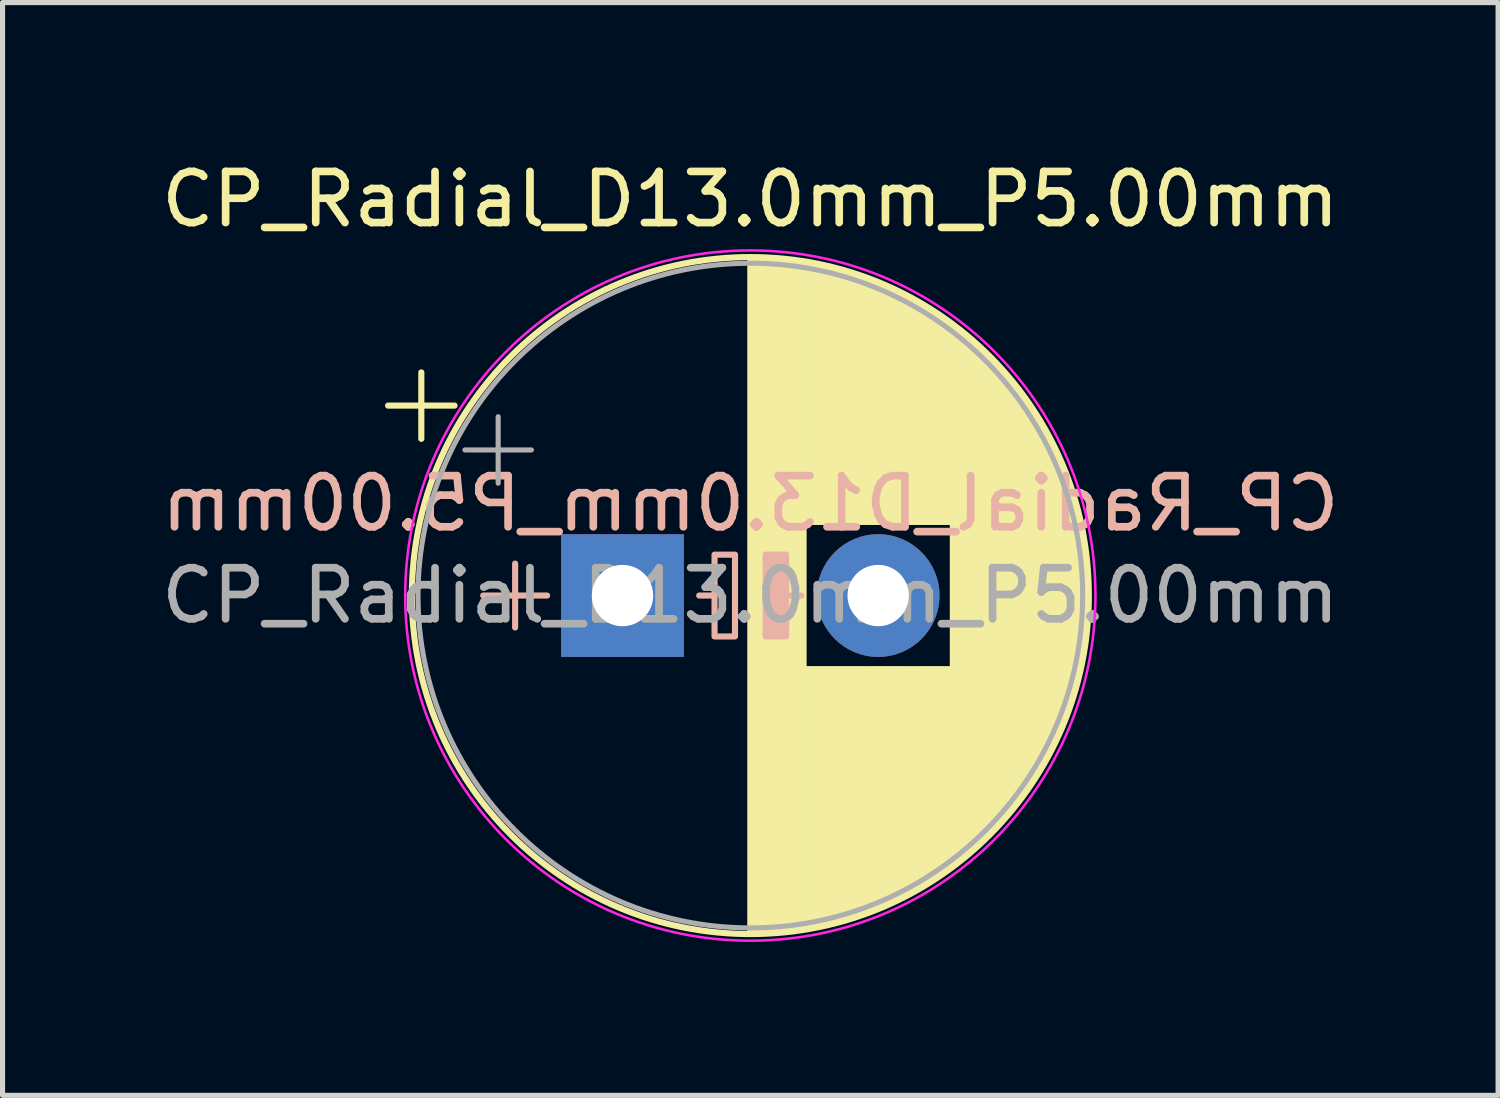
<source format=kicad_pcb>
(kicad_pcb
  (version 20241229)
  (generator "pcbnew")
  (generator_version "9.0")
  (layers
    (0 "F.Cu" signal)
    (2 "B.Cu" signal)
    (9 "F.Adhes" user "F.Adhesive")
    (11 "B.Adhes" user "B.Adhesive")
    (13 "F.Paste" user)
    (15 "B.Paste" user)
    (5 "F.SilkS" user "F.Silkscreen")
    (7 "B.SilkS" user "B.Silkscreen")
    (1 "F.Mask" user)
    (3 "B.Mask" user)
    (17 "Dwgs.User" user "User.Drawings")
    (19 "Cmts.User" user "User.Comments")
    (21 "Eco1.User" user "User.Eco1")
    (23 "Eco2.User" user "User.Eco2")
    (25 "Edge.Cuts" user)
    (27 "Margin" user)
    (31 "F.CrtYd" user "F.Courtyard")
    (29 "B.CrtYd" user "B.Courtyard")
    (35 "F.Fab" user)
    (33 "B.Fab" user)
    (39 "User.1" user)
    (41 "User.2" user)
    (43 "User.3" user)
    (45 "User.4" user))
  (footprint "CP_Radial_D13.0mm_P5.00mm"
    (layer "F.Cu")
    (at 9.125 8.598)
    (property "Reference" "CP_Radial_D13.0mm_P5.00mm" (at 2.5 -7.75 0) (layer "F.SilkS") (effects (font (size 1 1) (thickness 0.15))))
    (fp_line (start -4.585 -3.715) (end -3.285 -3.715) (stroke (width 0.12) (type solid)) (layer "F.SilkS"))
    (fp_line (start -3.935 -4.365) (end -3.935 -3.065) (stroke (width 0.12) (type solid)) (layer "F.SilkS"))
    (fp_line (start 2.5 -6.58) (end 2.5 6.58) (stroke (width 0.12) (type solid)) (layer "F.SilkS"))
    (fp_line (start 2.54 -6.58) (end 2.54 6.58) (stroke (width 0.12) (type solid)) (layer "F.SilkS"))
    (fp_line (start 2.58 -6.58) (end 2.58 6.58) (stroke (width 0.12) (type solid)) (layer "F.SilkS"))
    (fp_line (start 2.62 -6.579) (end 2.62 6.579) (stroke (width 0.12) (type solid)) (layer "F.SilkS"))
    (fp_line (start 2.66 -6.579) (end 2.66 6.579) (stroke (width 0.12) (type solid)) (layer "F.SilkS"))
    (fp_line (start 2.7 -6.577) (end 2.7 6.577) (stroke (width 0.12) (type solid)) (layer "F.SilkS"))
    (fp_line (start 2.74 -6.576) (end 2.74 6.576) (stroke (width 0.12) (type solid)) (layer "F.SilkS"))
    (fp_line (start 2.78 -6.575) (end 2.78 6.575) (stroke (width 0.12) (type solid)) (layer "F.SilkS"))
    (fp_line (start 2.82 -6.573) (end 2.82 6.573) (stroke (width 0.12) (type solid)) (layer "F.SilkS"))
    (fp_line (start 2.86 -6.571) (end 2.86 6.571) (stroke (width 0.12) (type solid)) (layer "F.SilkS"))
    (fp_line (start 2.9 -6.568) (end 2.9 6.568) (stroke (width 0.12) (type solid)) (layer "F.SilkS"))
    (fp_line (start 2.94 -6.566) (end 2.94 6.566) (stroke (width 0.12) (type solid)) (layer "F.SilkS"))
    (fp_line (start 2.98 -6.563) (end 2.98 6.563) (stroke (width 0.12) (type solid)) (layer "F.SilkS"))
    (fp_line (start 3.02 -6.56) (end 3.02 6.56) (stroke (width 0.12) (type solid)) (layer "F.SilkS"))
    (fp_line (start 3.06 -6.557) (end 3.06 6.557) (stroke (width 0.12) (type solid)) (layer "F.SilkS"))
    (fp_line (start 3.1 -6.553) (end 3.1 6.553) (stroke (width 0.12) (type solid)) (layer "F.SilkS"))
    (fp_line (start 3.14 -6.549) (end 3.14 6.549) (stroke (width 0.12) (type solid)) (layer "F.SilkS"))
    (fp_line (start 3.18 -6.545) (end 3.18 6.545) (stroke (width 0.12) (type solid)) (layer "F.SilkS"))
    (fp_line (start 3.221 -6.541) (end 3.221 6.541) (stroke (width 0.12) (type solid)) (layer "F.SilkS"))
    (fp_line (start 3.261 -6.537) (end 3.261 6.537) (stroke (width 0.12) (type solid)) (layer "F.SilkS"))
    (fp_line (start 3.301 -6.532) (end 3.301 6.532) (stroke (width 0.12) (type solid)) (layer "F.SilkS"))
    (fp_line (start 3.341 -6.527) (end 3.341 6.527) (stroke (width 0.12) (type solid)) (layer "F.SilkS"))
    (fp_line (start 3.381 -6.522) (end 3.381 6.522) (stroke (width 0.12) (type solid)) (layer "F.SilkS"))
    (fp_line (start 3.421 -6.516) (end 3.421 6.516) (stroke (width 0.12) (type solid)) (layer "F.SilkS"))
    (fp_line (start 3.461 -6.511) (end 3.461 6.511) (stroke (width 0.12) (type solid)) (layer "F.SilkS"))
    (fp_line (start 3.501 -6.505) (end 3.501 6.505) (stroke (width 0.12) (type solid)) (layer "F.SilkS"))
    (fp_line (start 3.541 -6.498) (end 3.541 6.498) (stroke (width 0.12) (type solid)) (layer "F.SilkS"))
    (fp_line (start 3.581 -6.492) (end 3.581 -1.44) (stroke (width 0.12) (type solid)) (layer "F.SilkS"))
    (fp_line (start 3.581 1.44) (end 3.581 6.492) (stroke (width 0.12) (type solid)) (layer "F.SilkS"))
    (fp_line (start 3.621 -6.485) (end 3.621 -1.44) (stroke (width 0.12) (type solid)) (layer "F.SilkS"))
    (fp_line (start 3.621 1.44) (end 3.621 6.485) (stroke (width 0.12) (type solid)) (layer "F.SilkS"))
    (fp_line (start 3.661 -6.478) (end 3.661 -1.44) (stroke (width 0.12) (type solid)) (layer "F.SilkS"))
    (fp_line (start 3.661 1.44) (end 3.661 6.478) (stroke (width 0.12) (type solid)) (layer "F.SilkS"))
    (fp_line (start 3.701 -6.471) (end 3.701 -1.44) (stroke (width 0.12) (type solid)) (layer "F.SilkS"))
    (fp_line (start 3.701 1.44) (end 3.701 6.471) (stroke (width 0.12) (type solid)) (layer "F.SilkS"))
    (fp_line (start 3.741 -6.463) (end 3.741 -1.44) (stroke (width 0.12) (type solid)) (layer "F.SilkS"))
    (fp_line (start 3.741 1.44) (end 3.741 6.463) (stroke (width 0.12) (type solid)) (layer "F.SilkS"))
    (fp_line (start 3.781 -6.456) (end 3.781 -1.44) (stroke (width 0.12) (type solid)) (layer "F.SilkS"))
    (fp_line (start 3.781 1.44) (end 3.781 6.456) (stroke (width 0.12) (type solid)) (layer "F.SilkS"))
    (fp_line (start 3.821 -6.448) (end 3.821 -1.44) (stroke (width 0.12) (type solid)) (layer "F.SilkS"))
    (fp_line (start 3.821 1.44) (end 3.821 6.448) (stroke (width 0.12) (type solid)) (layer "F.SilkS"))
    (fp_line (start 3.861 -6.439) (end 3.861 -1.44) (stroke (width 0.12) (type solid)) (layer "F.SilkS"))
    (fp_line (start 3.861 1.44) (end 3.861 6.439) (stroke (width 0.12) (type solid)) (layer "F.SilkS"))
    (fp_line (start 3.901 -6.431) (end 3.901 -1.44) (stroke (width 0.12) (type solid)) (layer "F.SilkS"))
    (fp_line (start 3.901 1.44) (end 3.901 6.431) (stroke (width 0.12) (type solid)) (layer "F.SilkS"))
    (fp_line (start 3.941 -6.422) (end 3.941 -1.44) (stroke (width 0.12) (type solid)) (layer "F.SilkS"))
    (fp_line (start 3.941 1.44) (end 3.941 6.422) (stroke (width 0.12) (type solid)) (layer "F.SilkS"))
    (fp_line (start 3.981 -6.413) (end 3.981 -1.44) (stroke (width 0.12) (type solid)) (layer "F.SilkS"))
    (fp_line (start 3.981 1.44) (end 3.981 6.413) (stroke (width 0.12) (type solid)) (layer "F.SilkS"))
    (fp_line (start 4.021 -6.404) (end 4.021 -1.44) (stroke (width 0.12) (type solid)) (layer "F.SilkS"))
    (fp_line (start 4.021 1.44) (end 4.021 6.404) (stroke (width 0.12) (type solid)) (layer "F.SilkS"))
    (fp_line (start 4.061 -6.394) (end 4.061 -1.44) (stroke (width 0.12) (type solid)) (layer "F.SilkS"))
    (fp_line (start 4.061 1.44) (end 4.061 6.394) (stroke (width 0.12) (type solid)) (layer "F.SilkS"))
    (fp_line (start 4.101 -6.384) (end 4.101 -1.44) (stroke (width 0.12) (type solid)) (layer "F.SilkS"))
    (fp_line (start 4.101 1.44) (end 4.101 6.384) (stroke (width 0.12) (type solid)) (layer "F.SilkS"))
    (fp_line (start 4.141 -6.374) (end 4.141 -1.44) (stroke (width 0.12) (type solid)) (layer "F.SilkS"))
    (fp_line (start 4.141 1.44) (end 4.141 6.374) (stroke (width 0.12) (type solid)) (layer "F.SilkS"))
    (fp_line (start 4.181 -6.364) (end 4.181 -1.44) (stroke (width 0.12) (type solid)) (layer "F.SilkS"))
    (fp_line (start 4.181 1.44) (end 4.181 6.364) (stroke (width 0.12) (type solid)) (layer "F.SilkS"))
    (fp_line (start 4.221 -6.353) (end 4.221 -1.44) (stroke (width 0.12) (type solid)) (layer "F.SilkS"))
    (fp_line (start 4.221 1.44) (end 4.221 6.353) (stroke (width 0.12) (type solid)) (layer "F.SilkS"))
    (fp_line (start 4.261 -6.342) (end 4.261 -1.44) (stroke (width 0.12) (type solid)) (layer "F.SilkS"))
    (fp_line (start 4.261 1.44) (end 4.261 6.342) (stroke (width 0.12) (type solid)) (layer "F.SilkS"))
    (fp_line (start 4.301 -6.331) (end 4.301 -1.44) (stroke (width 0.12) (type solid)) (layer "F.SilkS"))
    (fp_line (start 4.301 1.44) (end 4.301 6.331) (stroke (width 0.12) (type solid)) (layer "F.SilkS"))
    (fp_line (start 4.341 -6.32) (end 4.341 -1.44) (stroke (width 0.12) (type solid)) (layer "F.SilkS"))
    (fp_line (start 4.341 1.44) (end 4.341 6.32) (stroke (width 0.12) (type solid)) (layer "F.SilkS"))
    (fp_line (start 4.381 -6.308) (end 4.381 -1.44) (stroke (width 0.12) (type solid)) (layer "F.SilkS"))
    (fp_line (start 4.381 1.44) (end 4.381 6.308) (stroke (width 0.12) (type solid)) (layer "F.SilkS"))
    (fp_line (start 4.421 -6.296) (end 4.421 -1.44) (stroke (width 0.12) (type solid)) (layer "F.SilkS"))
    (fp_line (start 4.421 1.44) (end 4.421 6.296) (stroke (width 0.12) (type solid)) (layer "F.SilkS"))
    (fp_line (start 4.461 -6.284) (end 4.461 -1.44) (stroke (width 0.12) (type solid)) (layer "F.SilkS"))
    (fp_line (start 4.461 1.44) (end 4.461 6.284) (stroke (width 0.12) (type solid)) (layer "F.SilkS"))
    (fp_line (start 4.501 -6.271) (end 4.501 -1.44) (stroke (width 0.12) (type solid)) (layer "F.SilkS"))
    (fp_line (start 4.501 1.44) (end 4.501 6.271) (stroke (width 0.12) (type solid)) (layer "F.SilkS"))
    (fp_line (start 4.541 -6.258) (end 4.541 -1.44) (stroke (width 0.12) (type solid)) (layer "F.SilkS"))
    (fp_line (start 4.541 1.44) (end 4.541 6.258) (stroke (width 0.12) (type solid)) (layer "F.SilkS"))
    (fp_line (start 4.581 -6.245) (end 4.581 -1.44) (stroke (width 0.12) (type solid)) (layer "F.SilkS"))
    (fp_line (start 4.581 1.44) (end 4.581 6.245) (stroke (width 0.12) (type solid)) (layer "F.SilkS"))
    (fp_line (start 4.621 -6.232) (end 4.621 -1.44) (stroke (width 0.12) (type solid)) (layer "F.SilkS"))
    (fp_line (start 4.621 1.44) (end 4.621 6.232) (stroke (width 0.12) (type solid)) (layer "F.SilkS"))
    (fp_line (start 4.661 -6.218) (end 4.661 -1.44) (stroke (width 0.12) (type solid)) (layer "F.SilkS"))
    (fp_line (start 4.661 1.44) (end 4.661 6.218) (stroke (width 0.12) (type solid)) (layer "F.SilkS"))
    (fp_line (start 4.701 -6.204) (end 4.701 -1.44) (stroke (width 0.12) (type solid)) (layer "F.SilkS"))
    (fp_line (start 4.701 1.44) (end 4.701 6.204) (stroke (width 0.12) (type solid)) (layer "F.SilkS"))
    (fp_line (start 4.741 -6.19) (end 4.741 -1.44) (stroke (width 0.12) (type solid)) (layer "F.SilkS"))
    (fp_line (start 4.741 1.44) (end 4.741 6.19) (stroke (width 0.12) (type solid)) (layer "F.SilkS"))
    (fp_line (start 4.781 -6.175) (end 4.781 -1.44) (stroke (width 0.12) (type solid)) (layer "F.SilkS"))
    (fp_line (start 4.781 1.44) (end 4.781 6.175) (stroke (width 0.12) (type solid)) (layer "F.SilkS"))
    (fp_line (start 4.821 -6.161) (end 4.821 -1.44) (stroke (width 0.12) (type solid)) (layer "F.SilkS"))
    (fp_line (start 4.821 1.44) (end 4.821 6.161) (stroke (width 0.12) (type solid)) (layer "F.SilkS"))
    (fp_line (start 4.861 -6.146) (end 4.861 -1.44) (stroke (width 0.12) (type solid)) (layer "F.SilkS"))
    (fp_line (start 4.861 1.44) (end 4.861 6.146) (stroke (width 0.12) (type solid)) (layer "F.SilkS"))
    (fp_line (start 4.901 -6.13) (end 4.901 -1.44) (stroke (width 0.12) (type solid)) (layer "F.SilkS"))
    (fp_line (start 4.901 1.44) (end 4.901 6.13) (stroke (width 0.12) (type solid)) (layer "F.SilkS"))
    (fp_line (start 4.941 -6.114) (end 4.941 -1.44) (stroke (width 0.12) (type solid)) (layer "F.SilkS"))
    (fp_line (start 4.941 1.44) (end 4.941 6.114) (stroke (width 0.12) (type solid)) (layer "F.SilkS"))
    (fp_line (start 4.981 -6.098) (end 4.981 -1.44) (stroke (width 0.12) (type solid)) (layer "F.SilkS"))
    (fp_line (start 4.981 1.44) (end 4.981 6.098) (stroke (width 0.12) (type solid)) (layer "F.SilkS"))
    (fp_line (start 5.021 -6.082) (end 5.021 -1.44) (stroke (width 0.12) (type solid)) (layer "F.SilkS"))
    (fp_line (start 5.021 1.44) (end 5.021 6.082) (stroke (width 0.12) (type solid)) (layer "F.SilkS"))
    (fp_line (start 5.061 -6.065) (end 5.061 -1.44) (stroke (width 0.12) (type solid)) (layer "F.SilkS"))
    (fp_line (start 5.061 1.44) (end 5.061 6.065) (stroke (width 0.12) (type solid)) (layer "F.SilkS"))
    (fp_line (start 5.101 -6.049) (end 5.101 -1.44) (stroke (width 0.12) (type solid)) (layer "F.SilkS"))
    (fp_line (start 5.101 1.44) (end 5.101 6.049) (stroke (width 0.12) (type solid)) (layer "F.SilkS"))
    (fp_line (start 5.141 -6.031) (end 5.141 -1.44) (stroke (width 0.12) (type solid)) (layer "F.SilkS"))
    (fp_line (start 5.141 1.44) (end 5.141 6.031) (stroke (width 0.12) (type solid)) (layer "F.SilkS"))
    (fp_line (start 5.181 -6.014) (end 5.181 -1.44) (stroke (width 0.12) (type solid)) (layer "F.SilkS"))
    (fp_line (start 5.181 1.44) (end 5.181 6.014) (stroke (width 0.12) (type solid)) (layer "F.SilkS"))
    (fp_line (start 5.221 -5.996) (end 5.221 -1.44) (stroke (width 0.12) (type solid)) (layer "F.SilkS"))
    (fp_line (start 5.221 1.44) (end 5.221 5.996) (stroke (width 0.12) (type solid)) (layer "F.SilkS"))
    (fp_line (start 5.261 -5.978) (end 5.261 -1.44) (stroke (width 0.12) (type solid)) (layer "F.SilkS"))
    (fp_line (start 5.261 1.44) (end 5.261 5.978) (stroke (width 0.12) (type solid)) (layer "F.SilkS"))
    (fp_line (start 5.301 -5.959) (end 5.301 -1.44) (stroke (width 0.12) (type solid)) (layer "F.SilkS"))
    (fp_line (start 5.301 1.44) (end 5.301 5.959) (stroke (width 0.12) (type solid)) (layer "F.SilkS"))
    (fp_line (start 5.341 -5.94) (end 5.341 -1.44) (stroke (width 0.12) (type solid)) (layer "F.SilkS"))
    (fp_line (start 5.341 1.44) (end 5.341 5.94) (stroke (width 0.12) (type solid)) (layer "F.SilkS"))
    (fp_line (start 5.381 -5.921) (end 5.381 -1.44) (stroke (width 0.12) (type solid)) (layer "F.SilkS"))
    (fp_line (start 5.381 1.44) (end 5.381 5.921) (stroke (width 0.12) (type solid)) (layer "F.SilkS"))
    (fp_line (start 5.421 -5.902) (end 5.421 -1.44) (stroke (width 0.12) (type solid)) (layer "F.SilkS"))
    (fp_line (start 5.421 1.44) (end 5.421 5.902) (stroke (width 0.12) (type solid)) (layer "F.SilkS"))
    (fp_line (start 5.461 -5.882) (end 5.461 -1.44) (stroke (width 0.12) (type solid)) (layer "F.SilkS"))
    (fp_line (start 5.461 1.44) (end 5.461 5.882) (stroke (width 0.12) (type solid)) (layer "F.SilkS"))
    (fp_line (start 5.501 -5.862) (end 5.501 -1.44) (stroke (width 0.12) (type solid)) (layer "F.SilkS"))
    (fp_line (start 5.501 1.44) (end 5.501 5.862) (stroke (width 0.12) (type solid)) (layer "F.SilkS"))
    (fp_line (start 5.541 -5.841) (end 5.541 -1.44) (stroke (width 0.12) (type solid)) (layer "F.SilkS"))
    (fp_line (start 5.541 1.44) (end 5.541 5.841) (stroke (width 0.12) (type solid)) (layer "F.SilkS"))
    (fp_line (start 5.581 -5.82) (end 5.581 -1.44) (stroke (width 0.12) (type solid)) (layer "F.SilkS"))
    (fp_line (start 5.581 1.44) (end 5.581 5.82) (stroke (width 0.12) (type solid)) (layer "F.SilkS"))
    (fp_line (start 5.621 -5.799) (end 5.621 -1.44) (stroke (width 0.12) (type solid)) (layer "F.SilkS"))
    (fp_line (start 5.621 1.44) (end 5.621 5.799) (stroke (width 0.12) (type solid)) (layer "F.SilkS"))
    (fp_line (start 5.661 -5.778) (end 5.661 -1.44) (stroke (width 0.12) (type solid)) (layer "F.SilkS"))
    (fp_line (start 5.661 1.44) (end 5.661 5.778) (stroke (width 0.12) (type solid)) (layer "F.SilkS"))
    (fp_line (start 5.701 -5.756) (end 5.701 -1.44) (stroke (width 0.12) (type solid)) (layer "F.SilkS"))
    (fp_line (start 5.701 1.44) (end 5.701 5.756) (stroke (width 0.12) (type solid)) (layer "F.SilkS"))
    (fp_line (start 5.741 -5.733) (end 5.741 -1.44) (stroke (width 0.12) (type solid)) (layer "F.SilkS"))
    (fp_line (start 5.741 1.44) (end 5.741 5.733) (stroke (width 0.12) (type solid)) (layer "F.SilkS"))
    (fp_line (start 5.781 -5.711) (end 5.781 -1.44) (stroke (width 0.12) (type solid)) (layer "F.SilkS"))
    (fp_line (start 5.781 1.44) (end 5.781 5.711) (stroke (width 0.12) (type solid)) (layer "F.SilkS"))
    (fp_line (start 5.821 -5.688) (end 5.821 -1.44) (stroke (width 0.12) (type solid)) (layer "F.SilkS"))
    (fp_line (start 5.821 1.44) (end 5.821 5.688) (stroke (width 0.12) (type solid)) (layer "F.SilkS"))
    (fp_line (start 5.861 -5.664) (end 5.861 -1.44) (stroke (width 0.12) (type solid)) (layer "F.SilkS"))
    (fp_line (start 5.861 1.44) (end 5.861 5.664) (stroke (width 0.12) (type solid)) (layer "F.SilkS"))
    (fp_line (start 5.901 -5.641) (end 5.901 -1.44) (stroke (width 0.12) (type solid)) (layer "F.SilkS"))
    (fp_line (start 5.901 1.44) (end 5.901 5.641) (stroke (width 0.12) (type solid)) (layer "F.SilkS"))
    (fp_line (start 5.941 -5.617) (end 5.941 -1.44) (stroke (width 0.12) (type solid)) (layer "F.SilkS"))
    (fp_line (start 5.941 1.44) (end 5.941 5.617) (stroke (width 0.12) (type solid)) (layer "F.SilkS"))
    (fp_line (start 5.981 -5.592) (end 5.981 -1.44) (stroke (width 0.12) (type solid)) (layer "F.SilkS"))
    (fp_line (start 5.981 1.44) (end 5.981 5.592) (stroke (width 0.12) (type solid)) (layer "F.SilkS"))
    (fp_line (start 6.021 -5.567) (end 6.021 -1.44) (stroke (width 0.12) (type solid)) (layer "F.SilkS"))
    (fp_line (start 6.021 1.44) (end 6.021 5.567) (stroke (width 0.12) (type solid)) (layer "F.SilkS"))
    (fp_line (start 6.061 -5.542) (end 6.061 -1.44) (stroke (width 0.12) (type solid)) (layer "F.SilkS"))
    (fp_line (start 6.061 1.44) (end 6.061 5.542) (stroke (width 0.12) (type solid)) (layer "F.SilkS"))
    (fp_line (start 6.101 -5.516) (end 6.101 -1.44) (stroke (width 0.12) (type solid)) (layer "F.SilkS"))
    (fp_line (start 6.101 1.44) (end 6.101 5.516) (stroke (width 0.12) (type solid)) (layer "F.SilkS"))
    (fp_line (start 6.141 -5.49) (end 6.141 -1.44) (stroke (width 0.12) (type solid)) (layer "F.SilkS"))
    (fp_line (start 6.141 1.44) (end 6.141 5.49) (stroke (width 0.12) (type solid)) (layer "F.SilkS"))
    (fp_line (start 6.181 -5.463) (end 6.181 -1.44) (stroke (width 0.12) (type solid)) (layer "F.SilkS"))
    (fp_line (start 6.181 1.44) (end 6.181 5.463) (stroke (width 0.12) (type solid)) (layer "F.SilkS"))
    (fp_line (start 6.221 -5.436) (end 6.221 -1.44) (stroke (width 0.12) (type solid)) (layer "F.SilkS"))
    (fp_line (start 6.221 1.44) (end 6.221 5.436) (stroke (width 0.12) (type solid)) (layer "F.SilkS"))
    (fp_line (start 6.261 -5.409) (end 6.261 -1.44) (stroke (width 0.12) (type solid)) (layer "F.SilkS"))
    (fp_line (start 6.261 1.44) (end 6.261 5.409) (stroke (width 0.12) (type solid)) (layer "F.SilkS"))
    (fp_line (start 6.301 -5.381) (end 6.301 -1.44) (stroke (width 0.12) (type solid)) (layer "F.SilkS"))
    (fp_line (start 6.301 1.44) (end 6.301 5.381) (stroke (width 0.12) (type solid)) (layer "F.SilkS"))
    (fp_line (start 6.341 -5.353) (end 6.341 -1.44) (stroke (width 0.12) (type solid)) (layer "F.SilkS"))
    (fp_line (start 6.341 1.44) (end 6.341 5.353) (stroke (width 0.12) (type solid)) (layer "F.SilkS"))
    (fp_line (start 6.381 -5.324) (end 6.381 -1.44) (stroke (width 0.12) (type solid)) (layer "F.SilkS"))
    (fp_line (start 6.381 1.44) (end 6.381 5.324) (stroke (width 0.12) (type solid)) (layer "F.SilkS"))
    (fp_line (start 6.421 -5.295) (end 6.421 -1.44) (stroke (width 0.12) (type solid)) (layer "F.SilkS"))
    (fp_line (start 6.421 1.44) (end 6.421 5.295) (stroke (width 0.12) (type solid)) (layer "F.SilkS"))
    (fp_line (start 6.461 -5.265) (end 6.461 5.265) (stroke (width 0.12) (type solid)) (layer "F.SilkS"))
    (fp_line (start 6.501 -5.235) (end 6.501 5.235) (stroke (width 0.12) (type solid)) (layer "F.SilkS"))
    (fp_line (start 6.541 -5.205) (end 6.541 5.205) (stroke (width 0.12) (type solid)) (layer "F.SilkS"))
    (fp_line (start 6.581 -5.174) (end 6.581 5.174) (stroke (width 0.12) (type solid)) (layer "F.SilkS"))
    (fp_line (start 6.621 -5.142) (end 6.621 5.142) (stroke (width 0.12) (type solid)) (layer "F.SilkS"))
    (fp_line (start 6.661 -5.11) (end 6.661 5.11) (stroke (width 0.12) (type solid)) (layer "F.SilkS"))
    (fp_line (start 6.701 -5.078) (end 6.701 5.078) (stroke (width 0.12) (type solid)) (layer "F.SilkS"))
    (fp_line (start 6.741 -5.044) (end 6.741 5.044) (stroke (width 0.12) (type solid)) (layer "F.SilkS"))
    (fp_line (start 6.781 -5.011) (end 6.781 5.011) (stroke (width 0.12) (type solid)) (layer "F.SilkS"))
    (fp_line (start 6.821 -4.977) (end 6.821 4.977) (stroke (width 0.12) (type solid)) (layer "F.SilkS"))
    (fp_line (start 6.861 -4.942) (end 6.861 4.942) (stroke (width 0.12) (type solid)) (layer "F.SilkS"))
    (fp_line (start 6.901 -4.907) (end 6.901 4.907) (stroke (width 0.12) (type solid)) (layer "F.SilkS"))
    (fp_line (start 6.941 -4.871) (end 6.941 4.871) (stroke (width 0.12) (type solid)) (layer "F.SilkS"))
    (fp_line (start 6.981 -4.834) (end 6.981 4.834) (stroke (width 0.12) (type solid)) (layer "F.SilkS"))
    (fp_line (start 7.021 -4.797) (end 7.021 4.797) (stroke (width 0.12) (type solid)) (layer "F.SilkS"))
    (fp_line (start 7.061 -4.76) (end 7.061 4.76) (stroke (width 0.12) (type solid)) (layer "F.SilkS"))
    (fp_line (start 7.101 -4.721) (end 7.101 4.721) (stroke (width 0.12) (type solid)) (layer "F.SilkS"))
    (fp_line (start 7.141 -4.682) (end 7.141 4.682) (stroke (width 0.12) (type solid)) (layer "F.SilkS"))
    (fp_line (start 7.181 -4.643) (end 7.181 4.643) (stroke (width 0.12) (type solid)) (layer "F.SilkS"))
    (fp_line (start 7.221 -4.602) (end 7.221 4.602) (stroke (width 0.12) (type solid)) (layer "F.SilkS"))
    (fp_line (start 7.261 -4.561) (end 7.261 4.561) (stroke (width 0.12) (type solid)) (layer "F.SilkS"))
    (fp_line (start 7.301 -4.519) (end 7.301 4.519) (stroke (width 0.12) (type solid)) (layer "F.SilkS"))
    (fp_line (start 7.341 -4.477) (end 7.341 4.477) (stroke (width 0.12) (type solid)) (layer "F.SilkS"))
    (fp_line (start 7.381 -4.434) (end 7.381 4.434) (stroke (width 0.12) (type solid)) (layer "F.SilkS"))
    (fp_line (start 7.421 -4.39) (end 7.421 4.39) (stroke (width 0.12) (type solid)) (layer "F.SilkS"))
    (fp_line (start 7.461 -4.345) (end 7.461 4.345) (stroke (width 0.12) (type solid)) (layer "F.SilkS"))
    (fp_line (start 7.501 -4.299) (end 7.501 4.299) (stroke (width 0.12) (type solid)) (layer "F.SilkS"))
    (fp_line (start 7.541 -4.253) (end 7.541 4.253) (stroke (width 0.12) (type solid)) (layer "F.SilkS"))
    (fp_line (start 7.581 -4.205) (end 7.581 4.205) (stroke (width 0.12) (type solid)) (layer "F.SilkS"))
    (fp_line (start 7.621 -4.157) (end 7.621 4.157) (stroke (width 0.12) (type solid)) (layer "F.SilkS"))
    (fp_line (start 7.661 -4.108) (end 7.661 4.108) (stroke (width 0.12) (type solid)) (layer "F.SilkS"))
    (fp_line (start 7.701 -4.057) (end 7.701 4.057) (stroke (width 0.12) (type solid)) (layer "F.SilkS"))
    (fp_line (start 7.741 -4.006) (end 7.741 4.006) (stroke (width 0.12) (type solid)) (layer "F.SilkS"))
    (fp_line (start 7.781 -3.954) (end 7.781 3.954) (stroke (width 0.12) (type solid)) (layer "F.SilkS"))
    (fp_line (start 7.821 -3.9) (end 7.821 3.9) (stroke (width 0.12) (type solid)) (layer "F.SilkS"))
    (fp_line (start 7.861 -3.846) (end 7.861 3.846) (stroke (width 0.12) (type solid)) (layer "F.SilkS"))
    (fp_line (start 7.901 -3.79) (end 7.901 3.79) (stroke (width 0.12) (type solid)) (layer "F.SilkS"))
    (fp_line (start 7.941 -3.733) (end 7.941 3.733) (stroke (width 0.12) (type solid)) (layer "F.SilkS"))
    (fp_line (start 7.981 -3.675) (end 7.981 3.675) (stroke (width 0.12) (type solid)) (layer "F.SilkS"))
    (fp_line (start 8.021 -3.615) (end 8.021 3.615) (stroke (width 0.12) (type solid)) (layer "F.SilkS"))
    (fp_line (start 8.061 -3.554) (end 8.061 3.554) (stroke (width 0.12) (type solid)) (layer "F.SilkS"))
    (fp_line (start 8.101 -3.491) (end 8.101 3.491) (stroke (width 0.12) (type solid)) (layer "F.SilkS"))
    (fp_line (start 8.141 -3.427) (end 8.141 3.427) (stroke (width 0.12) (type solid)) (layer "F.SilkS"))
    (fp_line (start 8.181 -3.361) (end 8.181 3.361) (stroke (width 0.12) (type solid)) (layer "F.SilkS"))
    (fp_line (start 8.221 -3.293) (end 8.221 3.293) (stroke (width 0.12) (type solid)) (layer "F.SilkS"))
    (fp_line (start 8.261 -3.223) (end 8.261 3.223) (stroke (width 0.12) (type solid)) (layer "F.SilkS"))
    (fp_line (start 8.301 -3.152) (end 8.301 3.152) (stroke (width 0.12) (type solid)) (layer "F.SilkS"))
    (fp_line (start 8.341 -3.078) (end 8.341 3.078) (stroke (width 0.12) (type solid)) (layer "F.SilkS"))
    (fp_line (start 8.381 -3.002) (end 8.381 3.002) (stroke (width 0.12) (type solid)) (layer "F.SilkS"))
    (fp_line (start 8.421 -2.923) (end 8.421 2.923) (stroke (width 0.12) (type solid)) (layer "F.SilkS"))
    (fp_line (start 8.461 -2.842) (end 8.461 2.842) (stroke (width 0.12) (type solid)) (layer "F.SilkS"))
    (fp_line (start 8.501 -2.758) (end 8.501 2.758) (stroke (width 0.12) (type solid)) (layer "F.SilkS"))
    (fp_line (start 8.541 -2.67) (end 8.541 2.67) (stroke (width 0.12) (type solid)) (layer "F.SilkS"))
    (fp_line (start 8.581 -2.579) (end 8.581 2.579) (stroke (width 0.12) (type solid)) (layer "F.SilkS"))
    (fp_line (start 8.621 -2.484) (end 8.621 2.484) (stroke (width 0.12) (type solid)) (layer "F.SilkS"))
    (fp_line (start 8.661 -2.385) (end 8.661 2.385) (stroke (width 0.12) (type solid)) (layer "F.SilkS"))
    (fp_line (start 8.701 -2.281) (end 8.701 2.281) (stroke (width 0.12) (type solid)) (layer "F.SilkS"))
    (fp_line (start 8.741 -2.171) (end 8.741 2.171) (stroke (width 0.12) (type solid)) (layer "F.SilkS"))
    (fp_line (start 8.781 -2.055) (end 8.781 2.055) (stroke (width 0.12) (type solid)) (layer "F.SilkS"))
    (fp_line (start 8.821 -1.931) (end 8.821 1.931) (stroke (width 0.12) (type solid)) (layer "F.SilkS"))
    (fp_line (start 8.861 -1.798) (end 8.861 1.798) (stroke (width 0.12) (type solid)) (layer "F.SilkS"))
    (fp_line (start 8.901 -1.653) (end 8.901 1.653) (stroke (width 0.12) (type solid)) (layer "F.SilkS"))
    (fp_line (start 8.941 -1.494) (end 8.941 1.494) (stroke (width 0.12) (type solid)) (layer "F.SilkS"))
    (fp_line (start 8.981 -1.315) (end 8.981 1.315) (stroke (width 0.12) (type solid)) (layer "F.SilkS"))
    (fp_line (start 9.021 -1.107) (end 9.021 1.107) (stroke (width 0.12) (type solid)) (layer "F.SilkS"))
    (fp_line (start 9.061 -0.85) (end 9.061 0.85) (stroke (width 0.12) (type solid)) (layer "F.SilkS"))
    (fp_line (start 9.101 -0.475) (end 9.101 0.475) (stroke (width 0.12) (type solid)) (layer "F.SilkS"))
    (fp_circle (center 2.5 0) (end 9.12 0) (stroke (width 0.12) (type solid)) (fill no) (layer "F.SilkS"))
    (fp_line (start -2.1 -0.625) (end -2.1 0.625) (stroke (width 0.12) (type solid)) (layer "B.SilkS"))
    (fp_line (start -1.475 0) (end -2.725 0) (stroke (width 0.12) (type solid)) (layer "B.SilkS"))
    (fp_line (start 1.8 0) (end 1.5 0) (stroke (width 0.12) (type solid)) (layer "B.SilkS"))
    (fp_line (start 3.5 0) (end 3.2 0) (stroke (width 0.12) (type solid)) (layer "B.SilkS"))
    (fp_rect (start 2.2 -0.8) (end 1.8 0.8) (stroke (width 0.12) (type solid)) (fill no) (layer "B.SilkS"))
    (fp_rect (start 3.2 -0.8) (end 2.8 0.8) (stroke (width 0.12) (type solid)) (fill yes) (layer "B.SilkS"))
    (fp_circle (center 2.5 0) (end 9.25 0) (stroke (width 0.05) (type solid)) (fill no) (layer "F.CrtYd"))
    (fp_line (start -3.082 -2.848) (end -1.782 -2.848) (stroke (width 0.1) (type solid)) (layer "F.Fab"))
    (fp_line (start -2.432 -3.498) (end -2.432 -2.197) (stroke (width 0.1) (type solid)) (layer "F.Fab"))
    (fp_circle (center 2.5 0) (end 9 0) (stroke (width 0.1) (type solid)) (fill no) (layer "F.Fab"))
    (fp_text user "${REFERENCE}" (at 2.5 -1.8 0) (layer "B.SilkS") (effects (font (size 1 1) (thickness 0.15)) (justify mirror)))
    (fp_text user "${REFERENCE}" (at 2.5 0 0) (layer "F.Fab") (effects (font (size 1 1) (thickness 0.15))))
    (pad "1" thru_hole rect (at 0 0) (size 2.4 2.4) (drill 1.2) (layers "*.Cu" "*.Mask"))
    (pad "2" thru_hole circle (at 5 0) (size 2.4 2.4) (drill 1.2) (layers "*.Cu" "*.Mask")))
  (gr_rect
    (start -3 -3)
    (end 26.25 18.373)
    (stroke (width 0.1) (type default))
    (fill no)
    (layer "Edge.Cuts")))
</source>
